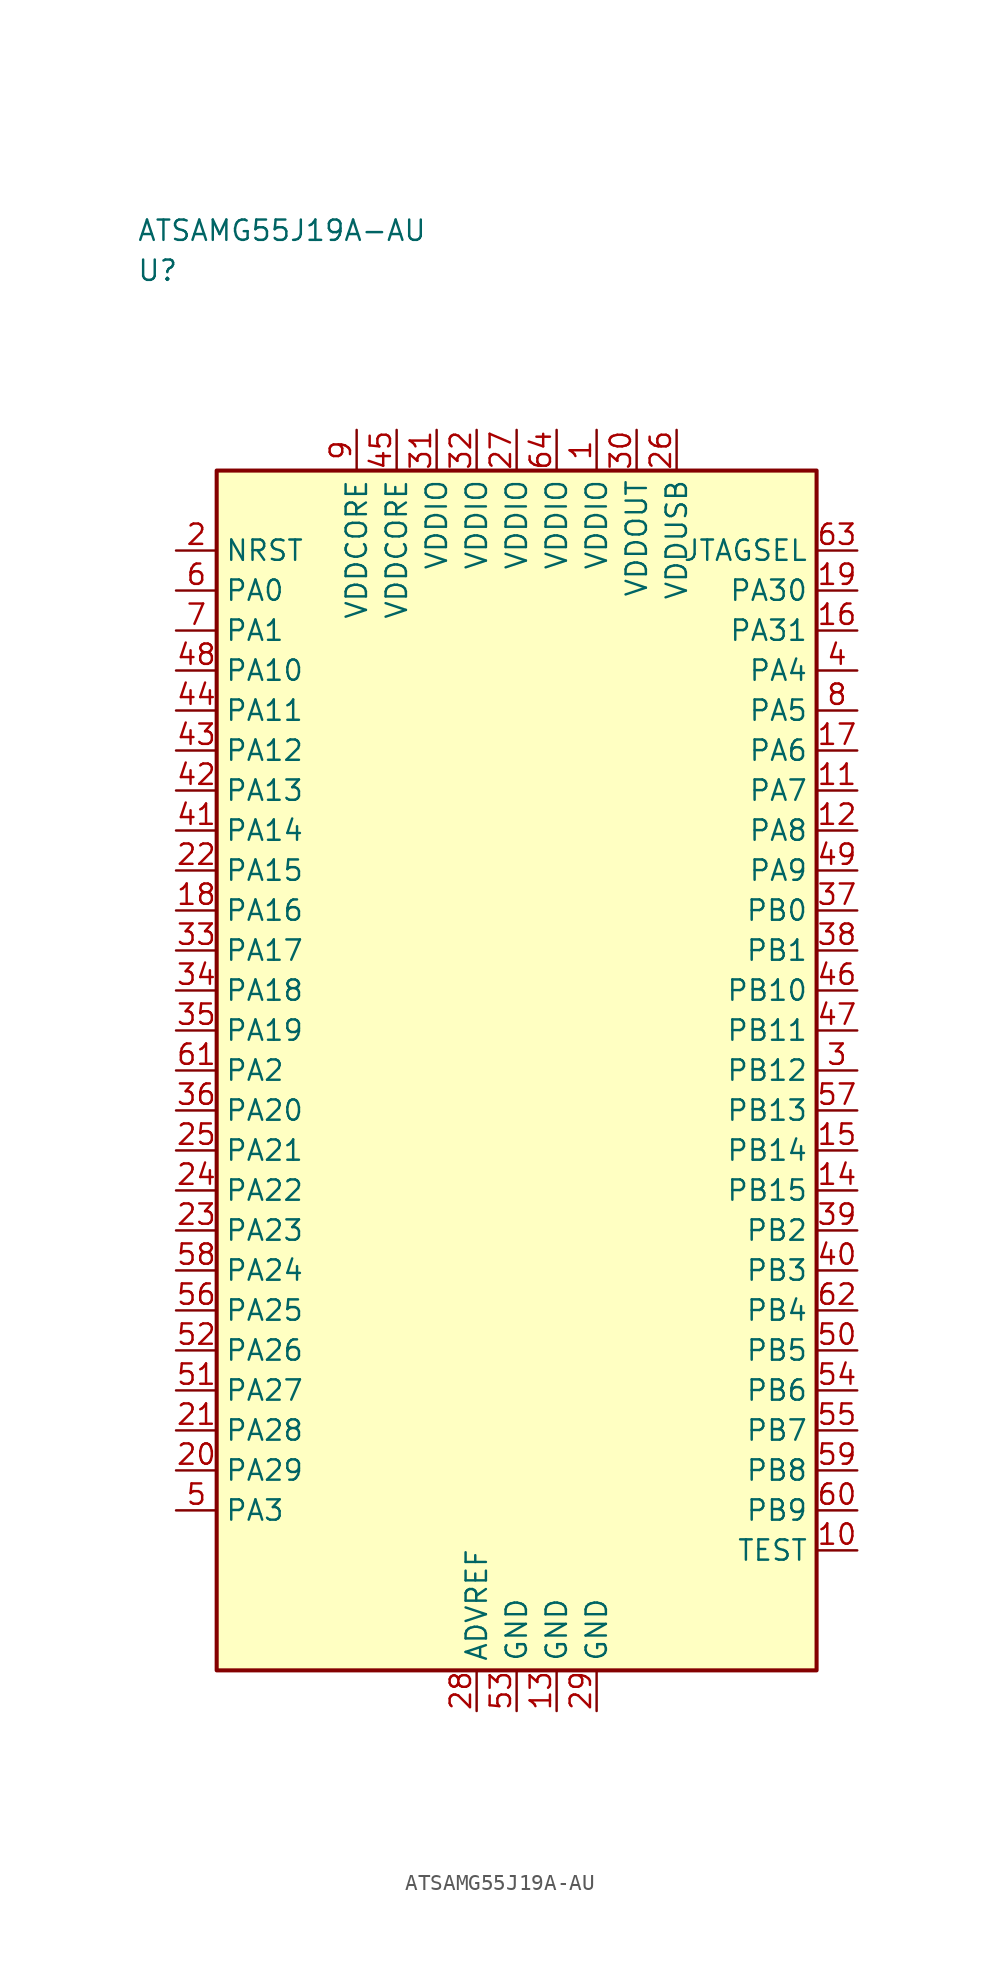
<source format=kicad_sym>
(kicad_symbol_lib
  (version 20241025)
  (generator "kicad_symbol_editor")
  (generator_version "8.0")
  (symbol "ATSAMG55J19A-AU"
    (property "Reference" "U"
      (at -23.75 50.0 0)
      (effects (font (size 1.27 1.27)) (justify left)))
    (property "Value" "ATSAMG55J19A-AU"
      (at -23.75 52.5 0)
      (effects (font (size 1.27 1.27)) (justify left)))
    (symbol "ATSAMG55J19A-AU_0_1"
      (rectangle (start -18.75 37.5) (end 18.75 -37.5) (stroke (width 0.254) (type default)) (fill (type background))))
    (symbol "ATSAMG55J19A-AU_1_1"
      (pin bidirectional line (at -21.29 30.0 0.0) (length 2.54) (name "PA0" (effects (font (size 1.27 1.27)))) (number "6" (effects (font (size 1.27 1.27)))))
      (pin bidirectional line (at -21.29 27.5 0.0) (length 2.54) (name "PA1" (effects (font (size 1.27 1.27)))) (number "7" (effects (font (size 1.27 1.27)))))
      (pin bidirectional line (at -21.29 0.0 0.0) (length 2.54) (name "PA2" (effects (font (size 1.27 1.27)))) (number "61" (effects (font (size 1.27 1.27)))))
      (pin bidirectional line (at -21.29 -27.5 0.0) (length 2.54) (name "PA3" (effects (font (size 1.27 1.27)))) (number "5" (effects (font (size 1.27 1.27)))))
      (pin bidirectional line (at 21.29 25.0 180.0) (length 2.54) (name "PA4" (effects (font (size 1.27 1.27)))) (number "4" (effects (font (size 1.27 1.27)))))
      (pin bidirectional line (at 21.29 22.5 180.0) (length 2.54) (name "PA5" (effects (font (size 1.27 1.27)))) (number "8" (effects (font (size 1.27 1.27)))))
      (pin bidirectional line (at 21.29 20.0 180.0) (length 2.54) (name "PA6" (effects (font (size 1.27 1.27)))) (number "17" (effects (font (size 1.27 1.27)))))
      (pin bidirectional line (at 21.29 17.5 180.0) (length 2.54) (name "PA7" (effects (font (size 1.27 1.27)))) (number "11" (effects (font (size 1.27 1.27)))))
      (pin bidirectional line (at 21.29 15.0 180.0) (length 2.54) (name "PA8" (effects (font (size 1.27 1.27)))) (number "12" (effects (font (size 1.27 1.27)))))
      (pin bidirectional line (at 21.29 12.5 180.0) (length 2.54) (name "PA9" (effects (font (size 1.27 1.27)))) (number "49" (effects (font (size 1.27 1.27)))))
      (pin bidirectional line (at -21.29 25.0 0.0) (length 2.54) (name "PA10" (effects (font (size 1.27 1.27)))) (number "48" (effects (font (size 1.27 1.27)))))
      (pin bidirectional line (at -21.29 22.5 0.0) (length 2.54) (name "PA11" (effects (font (size 1.27 1.27)))) (number "44" (effects (font (size 1.27 1.27)))))
      (pin bidirectional line (at -21.29 20.0 0.0) (length 2.54) (name "PA12" (effects (font (size 1.27 1.27)))) (number "43" (effects (font (size 1.27 1.27)))))
      (pin bidirectional line (at -21.29 17.5 0.0) (length 2.54) (name "PA13" (effects (font (size 1.27 1.27)))) (number "42" (effects (font (size 1.27 1.27)))))
      (pin bidirectional line (at -21.29 15.0 0.0) (length 2.54) (name "PA14" (effects (font (size 1.27 1.27)))) (number "41" (effects (font (size 1.27 1.27)))))
      (pin bidirectional line (at -21.29 12.5 0.0) (length 2.54) (name "PA15" (effects (font (size 1.27 1.27)))) (number "22" (effects (font (size 1.27 1.27)))))
      (pin bidirectional line (at -21.29 10.0 0.0) (length 2.54) (name "PA16" (effects (font (size 1.27 1.27)))) (number "18" (effects (font (size 1.27 1.27)))))
      (pin bidirectional line (at -21.29 7.5 0.0) (length 2.54) (name "PA17" (effects (font (size 1.27 1.27)))) (number "33" (effects (font (size 1.27 1.27)))))
      (pin bidirectional line (at -21.29 5.0 0.0) (length 2.54) (name "PA18" (effects (font (size 1.27 1.27)))) (number "34" (effects (font (size 1.27 1.27)))))
      (pin bidirectional line (at -21.29 2.5 0.0) (length 2.54) (name "PA19" (effects (font (size 1.27 1.27)))) (number "35" (effects (font (size 1.27 1.27)))))
      (pin bidirectional line (at -21.29 -2.5 0.0) (length 2.54) (name "PA20" (effects (font (size 1.27 1.27)))) (number "36" (effects (font (size 1.27 1.27)))))
      (pin bidirectional line (at -21.29 -5.0 0.0) (length 2.54) (name "PA21" (effects (font (size 1.27 1.27)))) (number "25" (effects (font (size 1.27 1.27)))))
      (pin bidirectional line (at -21.29 -7.5 0.0) (length 2.54) (name "PA22" (effects (font (size 1.27 1.27)))) (number "24" (effects (font (size 1.27 1.27)))))
      (pin bidirectional line (at -21.29 -10.0 0.0) (length 2.54) (name "PA23" (effects (font (size 1.27 1.27)))) (number "23" (effects (font (size 1.27 1.27)))))
      (pin bidirectional line (at -21.29 -12.5 0.0) (length 2.54) (name "PA24" (effects (font (size 1.27 1.27)))) (number "58" (effects (font (size 1.27 1.27)))))
      (pin bidirectional line (at -21.29 -15.0 0.0) (length 2.54) (name "PA25" (effects (font (size 1.27 1.27)))) (number "56" (effects (font (size 1.27 1.27)))))
      (pin bidirectional line (at -21.29 -17.5 0.0) (length 2.54) (name "PA26" (effects (font (size 1.27 1.27)))) (number "52" (effects (font (size 1.27 1.27)))))
      (pin bidirectional line (at -21.29 -20.0 0.0) (length 2.54) (name "PA27" (effects (font (size 1.27 1.27)))) (number "51" (effects (font (size 1.27 1.27)))))
      (pin bidirectional line (at -21.29 -22.5 0.0) (length 2.54) (name "PA28" (effects (font (size 1.27 1.27)))) (number "21" (effects (font (size 1.27 1.27)))))
      (pin bidirectional line (at -21.29 -25.0 0.0) (length 2.54) (name "PA29" (effects (font (size 1.27 1.27)))) (number "20" (effects (font (size 1.27 1.27)))))
      (pin bidirectional line (at 21.29 30.0 180.0) (length 2.54) (name "PA30" (effects (font (size 1.27 1.27)))) (number "19" (effects (font (size 1.27 1.27)))))
      (pin bidirectional line (at 21.29 27.5 180.0) (length 2.54) (name "PA31" (effects (font (size 1.27 1.27)))) (number "16" (effects (font (size 1.27 1.27)))))
      (pin bidirectional line (at 21.29 10.0 180.0) (length 2.54) (name "PB0" (effects (font (size 1.27 1.27)))) (number "37" (effects (font (size 1.27 1.27)))))
      (pin bidirectional line (at 21.29 7.5 180.0) (length 2.54) (name "PB1" (effects (font (size 1.27 1.27)))) (number "38" (effects (font (size 1.27 1.27)))))
      (pin bidirectional line (at 21.29 -10.0 180.0) (length 2.54) (name "PB2" (effects (font (size 1.27 1.27)))) (number "39" (effects (font (size 1.27 1.27)))))
      (pin bidirectional line (at 21.29 -12.5 180.0) (length 2.54) (name "PB3" (effects (font (size 1.27 1.27)))) (number "40" (effects (font (size 1.27 1.27)))))
      (pin bidirectional line (at 21.29 -15.0 180.0) (length 2.54) (name "PB4" (effects (font (size 1.27 1.27)))) (number "62" (effects (font (size 1.27 1.27)))))
      (pin bidirectional line (at 21.29 -17.5 180.0) (length 2.54) (name "PB5" (effects (font (size 1.27 1.27)))) (number "50" (effects (font (size 1.27 1.27)))))
      (pin bidirectional line (at 21.29 -20.0 180.0) (length 2.54) (name "PB6" (effects (font (size 1.27 1.27)))) (number "54" (effects (font (size 1.27 1.27)))))
      (pin bidirectional line (at 21.29 -22.5 180.0) (length 2.54) (name "PB7" (effects (font (size 1.27 1.27)))) (number "55" (effects (font (size 1.27 1.27)))))
      (pin bidirectional line (at 21.29 -25.0 180.0) (length 2.54) (name "PB8" (effects (font (size 1.27 1.27)))) (number "59" (effects (font (size 1.27 1.27)))))
      (pin bidirectional line (at 21.29 -27.5 180.0) (length 2.54) (name "PB9" (effects (font (size 1.27 1.27)))) (number "60" (effects (font (size 1.27 1.27)))))
      (pin bidirectional line (at 21.29 5.0 180.0) (length 2.54) (name "PB10" (effects (font (size 1.27 1.27)))) (number "46" (effects (font (size 1.27 1.27)))))
      (pin bidirectional line (at 21.29 2.5 180.0) (length 2.54) (name "PB11" (effects (font (size 1.27 1.27)))) (number "47" (effects (font (size 1.27 1.27)))))
      (pin bidirectional line (at 21.29 0.0 180.0) (length 2.54) (name "PB12" (effects (font (size 1.27 1.27)))) (number "3" (effects (font (size 1.27 1.27)))))
      (pin bidirectional line (at 21.29 -2.5 180.0) (length 2.54) (name "PB13" (effects (font (size 1.27 1.27)))) (number "57" (effects (font (size 1.27 1.27)))))
      (pin bidirectional line (at 21.29 -5.0 180.0) (length 2.54) (name "PB14" (effects (font (size 1.27 1.27)))) (number "15" (effects (font (size 1.27 1.27)))))
      (pin bidirectional line (at 21.29 -7.5 180.0) (length 2.54) (name "PB15" (effects (font (size 1.27 1.27)))) (number "14" (effects (font (size 1.27 1.27)))))
      (pin passive line (at -2.5 -40.04 90.0) (length 2.54) (name "ADVREF" (effects (font (size 1.27 1.27)))) (number "28" (effects (font (size 1.27 1.27)))))
      (pin power_in line (at 7.5 40.04 270.0) (length 2.54) (name "VDDOUT" (effects (font (size 1.27 1.27)))) (number "30" (effects (font (size 1.27 1.27)))))
      (pin input line (at -21.29 32.5 0.0) (length 2.54) (name "NRST" (effects (font (size 1.27 1.27)))) (number "2" (effects (font (size 1.27 1.27)))))
      (pin bidirectional line (at 21.29 -30.0 180.0) (length 2.54) (name "TEST" (effects (font (size 1.27 1.27)))) (number "10" (effects (font (size 1.27 1.27)))))
      (pin power_in line (at -5.0 40.04 270.0) (length 2.54) (name "VDDIO" (effects (font (size 1.27 1.27)))) (number "31" (effects (font (size 1.27 1.27)))))
      (pin power_in line (at -2.5 40.04 270.0) (length 2.54) (name "VDDIO" (effects (font (size 1.27 1.27)))) (number "32" (effects (font (size 1.27 1.27)))))
      (pin power_in line (at 0.0 40.04 270.0) (length 2.54) (name "VDDIO" (effects (font (size 1.27 1.27)))) (number "27" (effects (font (size 1.27 1.27)))))
      (pin power_in line (at 2.5 40.04 270.0) (length 2.54) (name "VDDIO" (effects (font (size 1.27 1.27)))) (number "64" (effects (font (size 1.27 1.27)))))
      (pin power_in line (at 5.0 40.04 270.0) (length 2.54) (name "VDDIO" (effects (font (size 1.27 1.27)))) (number "1" (effects (font (size 1.27 1.27)))))
      (pin power_in line (at 10.0 40.04 270.0) (length 2.54) (name "VDDUSB" (effects (font (size 1.27 1.27)))) (number "26" (effects (font (size 1.27 1.27)))))
      (pin output line (at 21.29 32.5 180.0) (length 2.54) (name "JTAGSEL" (effects (font (size 1.27 1.27)))) (number "63" (effects (font (size 1.27 1.27)))))
      (pin power_in line (at -10.0 40.04 270.0) (length 2.54) (name "VDDCORE" (effects (font (size 1.27 1.27)))) (number "9" (effects (font (size 1.27 1.27)))))
      (pin power_in line (at -7.5 40.04 270.0) (length 2.54) (name "VDDCORE" (effects (font (size 1.27 1.27)))) (number "45" (effects (font (size 1.27 1.27)))))
      (pin passive line (at 0.0 -40.04 90.0) (length 2.54) (name "GND" (effects (font (size 1.27 1.27)))) (number "53" (effects (font (size 1.27 1.27)))))
      (pin passive line (at 2.5 -40.04 90.0) (length 2.54) (name "GND" (effects (font (size 1.27 1.27)))) (number "13" (effects (font (size 1.27 1.27)))))
      (pin passive line (at 5.0 -40.04 90.0) (length 2.54) (name "GND" (effects (font (size 1.27 1.27)))) (number "29" (effects (font (size 1.27 1.27))))))))
</source>
